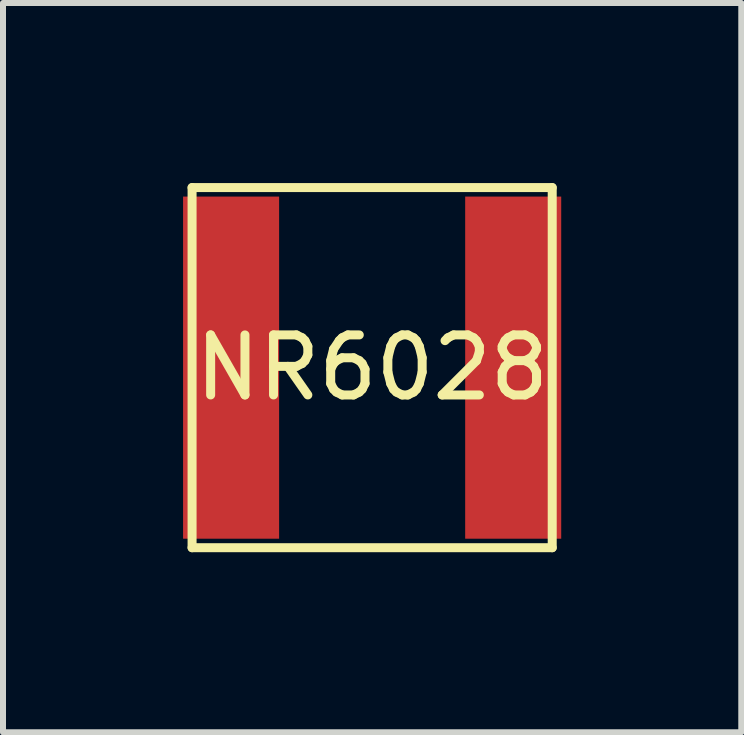
<source format=kicad_pcb>
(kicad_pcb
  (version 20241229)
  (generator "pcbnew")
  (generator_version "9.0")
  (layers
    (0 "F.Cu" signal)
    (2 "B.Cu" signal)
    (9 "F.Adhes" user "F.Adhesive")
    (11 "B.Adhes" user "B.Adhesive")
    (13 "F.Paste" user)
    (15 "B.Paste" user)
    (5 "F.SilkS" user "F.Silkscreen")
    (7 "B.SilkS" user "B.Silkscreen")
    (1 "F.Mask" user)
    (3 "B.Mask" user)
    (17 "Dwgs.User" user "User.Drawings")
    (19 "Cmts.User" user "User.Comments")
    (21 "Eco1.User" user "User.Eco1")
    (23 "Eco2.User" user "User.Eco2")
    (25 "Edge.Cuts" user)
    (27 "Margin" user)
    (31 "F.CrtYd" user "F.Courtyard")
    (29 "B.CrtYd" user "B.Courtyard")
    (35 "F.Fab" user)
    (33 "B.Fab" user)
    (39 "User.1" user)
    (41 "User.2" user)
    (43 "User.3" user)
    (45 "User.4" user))
  (footprint "NR6028"
    (layer "F.Cu")
    (at 3.15 3.075)
    (property "Reference" "NR6028" (at 0 0 0) (layer "F.SilkS") (effects (font (size 1 1) (thickness 0.15))))
    (attr through_hole)
    (fp_line (start -3 -3) (end 3 -3) (stroke (width 0.15) (type solid)) (layer "F.SilkS"))
    (fp_line (start -3 3) (end -3 -3) (stroke (width 0.15) (type solid)) (layer "F.SilkS"))
    (fp_line (start 3 -3) (end 3 3) (stroke (width 0.15) (type solid)) (layer "F.SilkS"))
    (fp_line (start 3 3) (end -3 3) (stroke (width 0.15) (type solid)) (layer "F.SilkS"))
    (pad "1" smd rect (at -2.35 0) (size 1.6 5.7) (layers "F.Cu" "F.Mask" "F.Paste"))
    (pad "2" smd rect (at 2.35 0) (size 1.6 5.7) (layers "F.Cu" "F.Mask" "F.Paste")))
  (gr_rect
    (start -3 -3)
    (end 9.3 9.15)
    (stroke (width 0.1) (type default))
    (fill no)
    (layer "Edge.Cuts")))
</source>
